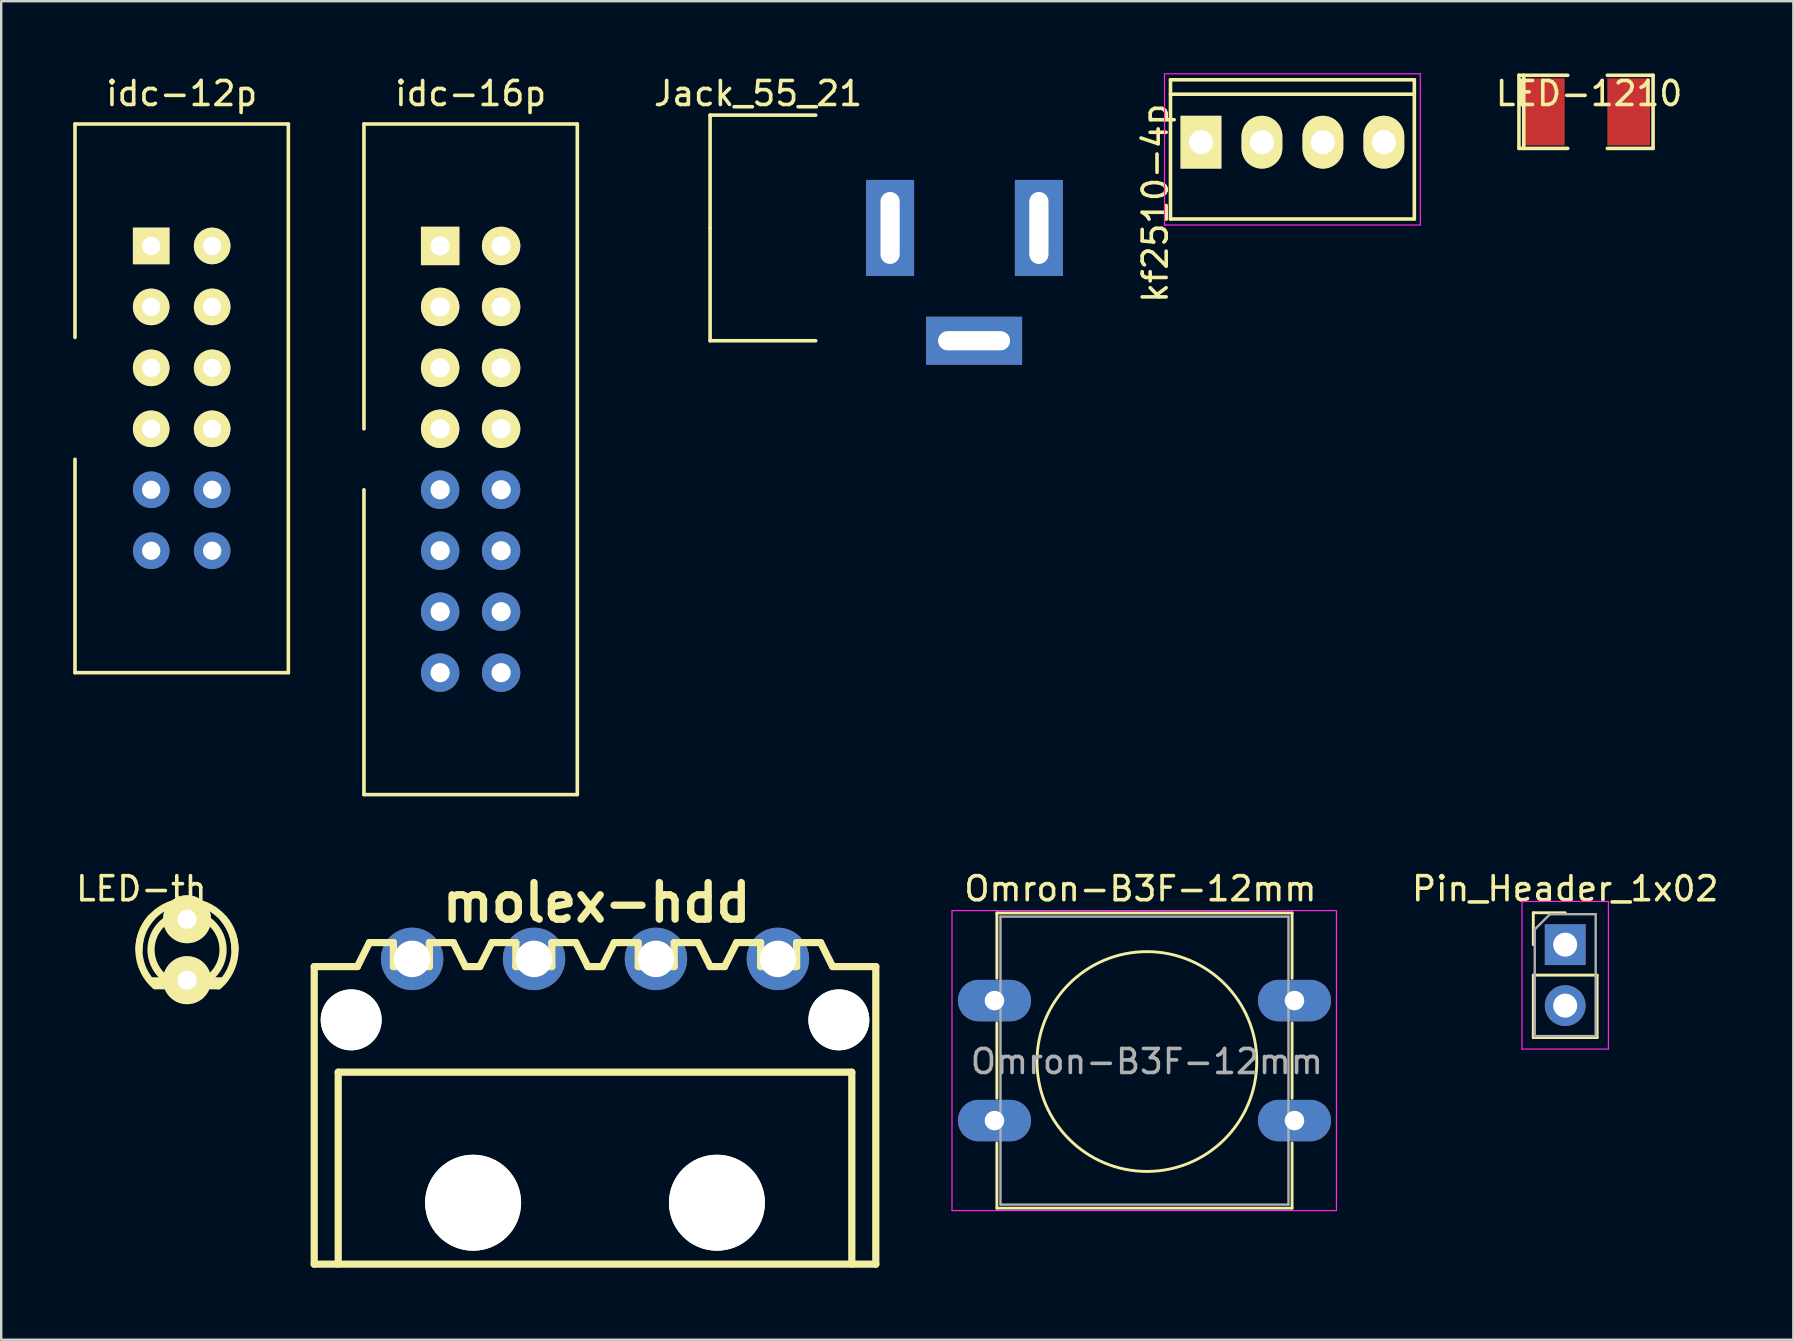
<source format=kicad_pcb>
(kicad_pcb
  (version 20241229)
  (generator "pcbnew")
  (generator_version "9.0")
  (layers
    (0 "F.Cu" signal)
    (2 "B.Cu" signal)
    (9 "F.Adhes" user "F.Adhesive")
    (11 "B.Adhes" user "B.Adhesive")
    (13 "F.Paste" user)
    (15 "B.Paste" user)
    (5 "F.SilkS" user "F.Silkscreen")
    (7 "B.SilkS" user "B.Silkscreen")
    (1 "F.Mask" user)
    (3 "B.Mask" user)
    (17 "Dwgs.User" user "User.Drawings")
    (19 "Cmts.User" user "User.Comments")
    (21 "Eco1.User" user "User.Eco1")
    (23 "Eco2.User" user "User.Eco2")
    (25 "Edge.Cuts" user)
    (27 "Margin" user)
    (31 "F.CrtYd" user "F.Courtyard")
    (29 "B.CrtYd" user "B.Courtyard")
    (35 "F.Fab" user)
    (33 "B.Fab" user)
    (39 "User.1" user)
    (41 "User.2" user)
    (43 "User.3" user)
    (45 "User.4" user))
  (footprint "kf2510-4p"
    (layer "F.Cu")
    (at 50.802 2.875)
    (property "Reference" "kf2510-4p" (at -5.715 2.54 90) (layer "F.SilkS") (effects (font (size 1 1) (thickness 0.15))))
    (attr through_hole)
    (fp_line (start -5.08 -2.6) (end 5.08 -2.6) (stroke (width 0.15) (type solid)) (layer "F.SilkS"))
    (fp_line (start -5.08 -2) (end 5.08 -2) (stroke (width 0.15) (type solid)) (layer "F.SilkS"))
    (fp_line (start -5.08 3.2) (end -5.08 -2.6) (stroke (width 0.15) (type solid)) (layer "F.SilkS"))
    (fp_line (start 5.08 -2.6) (end 5.08 3.2) (stroke (width 0.15) (type solid)) (layer "F.SilkS"))
    (fp_line (start 5.08 3.2) (end -5.08 3.2) (stroke (width 0.15) (type solid)) (layer "F.SilkS"))
    (fp_line (start -5.33 -2.85) (end 5.33 -2.85) (stroke (width 0.05) (type solid)) (layer "F.CrtYd"))
    (fp_line (start -5.33 3.45) (end -5.33 -2.85) (stroke (width 0.05) (type solid)) (layer "F.CrtYd"))
    (fp_line (start 5.33 -2.85) (end 5.33 3.45) (stroke (width 0.05) (type solid)) (layer "F.CrtYd"))
    (fp_line (start 5.33 3.45) (end -5.33 3.45) (stroke (width 0.05) (type solid)) (layer "F.CrtYd"))
    (pad "1" thru_hole rect (at -3.81 0) (size 1.7 2.2) (drill 1) (layers "*.Cu" "*.Mask" "F.SilkS"))
    (pad "2" thru_hole oval (at -1.27 0) (size 1.7 2.2) (drill 1) (layers "*.Cu" "*.Mask" "F.SilkS"))
    (pad "3" thru_hole oval (at 1.27 0) (size 1.7 2.2) (drill 1) (layers "*.Cu" "*.Mask" "F.SilkS"))
    (pad "4" thru_hole oval (at 3.81 0) (size 1.7 2.2) (drill 1) (layers "*.Cu" "*.Mask" "F.SilkS")))
  (footprint "Pin_Header_1x02"
    (layer "F.Cu")
    (at 62.169 36.312)
    (property "Reference" "Pin_Header_1x02" (at 0 -2.33 0) (layer "F.SilkS") (effects (font (size 1 1) (thickness 0.15))))
    (attr through_hole)
    (fp_line (start -1.33 -1.33) (end 0 -1.33) (stroke (width 0.12) (type solid)) (layer "F.SilkS"))
    (fp_line (start -1.33 0) (end -1.33 -1.33) (stroke (width 0.12) (type solid)) (layer "F.SilkS"))
    (fp_line (start -1.33 1.27) (end -1.33 3.87) (stroke (width 0.12) (type solid)) (layer "F.SilkS"))
    (fp_line (start -1.33 1.27) (end 1.33 1.27) (stroke (width 0.12) (type solid)) (layer "F.SilkS"))
    (fp_line (start -1.33 3.87) (end 1.33 3.87) (stroke (width 0.12) (type solid)) (layer "F.SilkS"))
    (fp_line (start 1.33 1.27) (end 1.33 3.87) (stroke (width 0.12) (type solid)) (layer "F.SilkS"))
    (fp_line (start -1.8 -1.8) (end -1.8 4.35) (stroke (width 0.05) (type solid)) (layer "F.CrtYd"))
    (fp_line (start -1.8 4.35) (end 1.8 4.35) (stroke (width 0.05) (type solid)) (layer "F.CrtYd"))
    (fp_line (start 1.8 -1.8) (end -1.8 -1.8) (stroke (width 0.05) (type solid)) (layer "F.CrtYd"))
    (fp_line (start 1.8 4.35) (end 1.8 -1.8) (stroke (width 0.05) (type solid)) (layer "F.CrtYd"))
    (fp_line (start -1.27 -0.635) (end -0.635 -1.27) (stroke (width 0.1) (type solid)) (layer "F.Fab"))
    (fp_line (start -1.27 3.81) (end -1.27 -0.635) (stroke (width 0.1) (type solid)) (layer "F.Fab"))
    (fp_line (start -0.635 -1.27) (end 1.27 -1.27) (stroke (width 0.1) (type solid)) (layer "F.Fab"))
    (fp_line (start 1.27 -1.27) (end 1.27 3.81) (stroke (width 0.1) (type solid)) (layer "F.Fab"))
    (fp_line (start 1.27 3.81) (end -1.27 3.81) (stroke (width 0.1) (type solid)) (layer "F.Fab"))
    (pad "1" thru_hole rect (at 0 0) (size 1.7 1.7) (drill 1) (layers "*.Cu" "*.Mask"))
    (pad "2" thru_hole oval (at 0 2.54) (size 1.7 1.7) (drill 1) (layers "*.Cu" "*.Mask")))
  (footprint "idc-16p"
    (layer "F.Cu")
    (at 15.29 7.198)
    (property "Reference" "idc-16p" (at 1.27 -6.35 0) (layer "F.SilkS") (effects (font (size 1 1) (thickness 0.15))))
    (attr through_hole)
    (fp_line (start -3.175 -5.08) (end -3.175 7.62) (stroke (width 0.15) (type solid)) (layer "F.SilkS"))
    (fp_line (start -3.175 22.86) (end -3.175 10.16) (stroke (width 0.15) (type solid)) (layer "F.SilkS"))
    (fp_line (start -3.175 22.86) (end 5.715 22.86) (stroke (width 0.15) (type solid)) (layer "F.SilkS"))
    (fp_line (start 5.715 -5.08) (end -3.175 -5.08) (stroke (width 0.15) (type solid)) (layer "F.SilkS"))
    (fp_line (start 5.715 22.86) (end 5.715 -5.08) (stroke (width 0.15) (type solid)) (layer "F.SilkS"))
    (pad "1" thru_hole rect (at 0 0) (size 1.6 1.6) (drill 0.8) (layers "*.Cu" "*.Mask" "F.SilkS"))
    (pad "2" thru_hole circle (at 2.54 0) (size 1.6 1.6) (drill 0.8) (layers "*.Cu" "*.Mask" "F.SilkS"))
    (pad "3" thru_hole circle (at 0 2.54) (size 1.6 1.6) (drill 0.8) (layers "*.Cu" "*.Mask" "F.SilkS"))
    (pad "4" thru_hole circle (at 2.54 2.54) (size 1.6 1.6) (drill 0.8) (layers "*.Cu" "*.Mask" "F.SilkS"))
    (pad "5" thru_hole circle (at 0 5.08) (size 1.6 1.6) (drill 0.8) (layers "*.Cu" "*.Mask" "F.SilkS"))
    (pad "6" thru_hole circle (at 2.54 5.08) (size 1.6 1.6) (drill 0.8) (layers "*.Cu" "*.Mask" "F.SilkS"))
    (pad "7" thru_hole circle (at 0 7.62) (size 1.6 1.6) (drill 0.8) (layers "*.Cu" "*.Mask" "F.SilkS"))
    (pad "8" thru_hole circle (at 2.54 7.62) (size 1.6 1.6) (drill 0.8) (layers "*.Cu" "*.Mask" "F.SilkS"))
    (pad "9" thru_hole circle (at 0 10.16) (size 1.6 1.6) (drill 0.8) (layers "*.Cu" "*.Mask"))
    (pad "10" thru_hole circle (at 2.54 10.16) (size 1.6 1.6) (drill 0.8) (layers "*.Cu" "*.Mask"))
    (pad "11" thru_hole circle (at 0 12.7) (size 1.6 1.6) (drill 0.8) (layers "*.Cu" "*.Mask"))
    (pad "12" thru_hole circle (at 2.54 12.7) (size 1.6 1.6) (drill 0.8) (layers "*.Cu" "*.Mask"))
    (pad "13" thru_hole circle (at 0 15.24) (size 1.6 1.6) (drill 0.8) (layers "*.Cu" "*.Mask"))
    (pad "14" thru_hole circle (at 2.54 15.24) (size 1.6 1.6) (drill 0.8) (layers "*.Cu" "*.Mask"))
    (pad "15" thru_hole circle (at 0 17.78) (size 1.6 1.6) (drill 0.8) (layers "*.Cu" "*.Mask"))
    (pad "16" thru_hole circle (at 2.54 17.78) (size 1.6 1.6) (drill 0.8) (layers "*.Cu" "*.Mask")))
  (footprint "LED-1210"
    (layer "F.Cu")
    (at 63.036 1.61)
    (property "Reference" "LED-1210" (at 0.127 -0.762 0) (layer "F.SilkS") (effects (font (size 1 1) (thickness 0.15))))
    (attr smd)
    (fp_line (start -2.794 -1.524) (end -2.794 1.524) (stroke (width 0.15) (type solid)) (layer "F.SilkS"))
    (fp_line (start -2.794 1.524) (end -0.762 1.524) (stroke (width 0.15) (type solid)) (layer "F.SilkS"))
    (fp_line (start -2.594 -1.524) (end -2.594 1.524) (stroke (width 0.15) (type solid)) (layer "F.SilkS"))
    (fp_line (start -0.762 -1.524) (end -2.794 -1.524) (stroke (width 0.15) (type solid)) (layer "F.SilkS"))
    (fp_line (start 0.889 1.524) (end 2.794 1.524) (stroke (width 0.15) (type solid)) (layer "F.SilkS"))
    (fp_line (start 2.794 -1.524) (end 0.889 -1.524) (stroke (width 0.15) (type solid)) (layer "F.SilkS"))
    (fp_line (start 2.794 1.524) (end 2.794 -1.524) (stroke (width 0.15) (type solid)) (layer "F.SilkS"))
    (pad "1" smd rect (at -1.778 0) (size 1.778 2.794) (layers "F.Cu" "F.Mask" "F.Paste"))
    (pad "2" smd rect (at 1.778 0) (size 1.778 2.794) (layers "F.Cu" "F.Mask" "F.Paste")))
  (footprint "Jack_55_21"
    (layer "F.Cu")
    (at 37.538 11.148)
    (property "Reference" "Jack_55_21" (at -9 -10.3 0) (layer "F.SilkS") (effects (font (size 1 1) (thickness 0.15))))
    (attr through_hole)
    (fp_line (start -11 -9.4) (end -6.6 -9.4) (stroke (width 0.15) (type solid)) (layer "F.SilkS"))
    (fp_line (start -11 -4.7) (end -11 -9.4) (stroke (width 0.15) (type solid)) (layer "F.SilkS"))
    (fp_line (start -11 0) (end -11 -4.7) (stroke (width 0.15) (type solid)) (layer "F.SilkS"))
    (fp_line (start -11 0) (end -6.6 0) (stroke (width 0.15) (type solid)) (layer "F.SilkS"))
    (pad "1" thru_hole rect (at 2.7 -4.7) (size 2 4) (drill oval 0.8 3) (layers "*.Cu" "*.Mask"))
    (pad "2" thru_hole rect (at 0 0) (size 4 2) (drill oval 3 0.8) (layers "*.Cu" "*.Mask"))
    (pad "3" thru_hole rect (at -3.5 -4.7) (size 2 4) (drill oval 0.8 3) (layers "*.Cu" "*.Mask")))
  (footprint "idc-12p"
    (layer "F.Cu")
    (at 3.25 7.198)
    (property "Reference" "idc-12p" (at 1.27 -6.35 0) (layer "F.SilkS") (effects (font (size 1 1) (thickness 0.15))))
    (attr through_hole)
    (fp_line (start -3.175 -5.08) (end -3.175 3.81) (stroke (width 0.15) (type solid)) (layer "F.SilkS"))
    (fp_line (start -3.175 17.78) (end -3.175 8.89) (stroke (width 0.15) (type solid)) (layer "F.SilkS"))
    (fp_line (start -3.175 17.78) (end 5.715 17.78) (stroke (width 0.15) (type solid)) (layer "F.SilkS"))
    (fp_line (start 5.715 -5.08) (end -3.175 -5.08) (stroke (width 0.15) (type solid)) (layer "F.SilkS"))
    (fp_line (start 5.715 17.78) (end 5.715 -5.08) (stroke (width 0.15) (type solid)) (layer "F.SilkS"))
    (pad "1" thru_hole rect (at 0 0) (size 1.524 1.524) (drill 0.762) (layers "*.Cu" "*.Mask" "F.SilkS"))
    (pad "2" thru_hole circle (at 2.54 0) (size 1.524 1.524) (drill 0.762) (layers "*.Cu" "*.Mask" "F.SilkS"))
    (pad "3" thru_hole circle (at 0 2.54) (size 1.524 1.524) (drill 0.762) (layers "*.Cu" "*.Mask" "F.SilkS"))
    (pad "4" thru_hole circle (at 2.54 2.54) (size 1.524 1.524) (drill 0.762) (layers "*.Cu" "*.Mask" "F.SilkS"))
    (pad "5" thru_hole circle (at 0 5.08) (size 1.524 1.524) (drill 0.762) (layers "*.Cu" "*.Mask" "F.SilkS"))
    (pad "6" thru_hole circle (at 2.54 5.08) (size 1.524 1.524) (drill 0.762) (layers "*.Cu" "*.Mask" "F.SilkS"))
    (pad "7" thru_hole circle (at 0 7.62) (size 1.524 1.524) (drill 0.762) (layers "*.Cu" "*.Mask" "F.SilkS"))
    (pad "8" thru_hole circle (at 2.54 7.62) (size 1.524 1.524) (drill 0.762) (layers "*.Cu" "*.Mask" "F.SilkS"))
    (pad "9" thru_hole circle (at 0 10.16) (size 1.524 1.524) (drill 0.762) (layers "*.Cu" "*.Mask"))
    (pad "10" thru_hole circle (at 2.54 10.16) (size 1.524 1.524) (drill 0.762) (layers "*.Cu" "*.Mask"))
    (pad "11" thru_hole circle (at 0 12.7) (size 1.524 1.524) (drill 0.762) (layers "*.Cu" "*.Mask"))
    (pad "12" thru_hole circle (at 2.54 12.7) (size 1.524 1.524) (drill 0.762) (layers "*.Cu" "*.Mask")))
  (footprint "LED-th"
    (layer "F.Cu")
    (at 4.744 36.522)
    (property "Reference" "LED-th" (at -1.905 -2.54 0) (layer "F.SilkS") (effects (font (size 1 1) (thickness 0.15))))
    (attr through_hole)
    (fp_line (start -1.501 1.3) (end 1.501 1.3) (stroke (width 0.3) (type solid)) (layer "F.SilkS"))
    (fp_line (start -1.3 1.501) (end 1.3 1.501) (stroke (width 0.3) (type solid)) (layer "F.SilkS"))
    (fp_arc (start -1.99898 0) (mid -1.413492 -1.413492) (end 0 -1.99898) (stroke (width 0.29972) (type solid)) (layer "F.SilkS"))
    (fp_arc (start -1.33096 1.50114) (mid -2.002597 0.120335) (end -1.50114 -1.33096) (stroke (width 0.29972) (type solid)) (layer "F.SilkS"))
    (fp_arc (start 0 -1.99898) (mid 1.413492 -1.413492) (end 1.99898 0) (stroke (width 0.29972) (type solid)) (layer "F.SilkS"))
    (fp_arc (start 1.50876 -1.31064) (mid 1.993617 0.140092) (end 1.31064 1.50876) (stroke (width 0.29972) (type solid)) (layer "F.SilkS"))
    (fp_circle (center 0 0) (end -1.501 0) (stroke (width 0.3) (type solid)) (fill no) (layer "F.SilkS"))
    (pad "1" thru_hole circle (at 0 -1.27) (size 1.999 1.999) (drill 0.8) (layers "*.Cu" "*.Mask" "F.SilkS"))
    (pad "2" thru_hole circle (at 0 1.27) (size 1.999 1.999) (drill 0.8) (layers "*.Cu" "*.Mask" "F.SilkS")))
  (footprint "molex-hdd"
    (layer "F.Cu")
    (at 21.743 42.925)
    (property "Reference" "molex-hdd" (at 0.07 -8.365 0) (layer "F.SilkS") (effects (font (size 1.524 1.524) (thickness 0.305))))
    (attr through_hole)
    (fp_line (start -11.7 -5.7) (end -11.7 6.7) (stroke (width 0.3) (type solid)) (layer "F.SilkS"))
    (fp_line (start -11.7 6.7) (end 11.7 6.7) (stroke (width 0.3) (type solid)) (layer "F.SilkS"))
    (fp_line (start -10.7 -1.3) (end -10.7 6.7) (stroke (width 0.3) (type solid)) (layer "F.SilkS"))
    (fp_line (start -10.7 -1.3) (end 10.7 -1.3) (stroke (width 0.3) (type solid)) (layer "F.SilkS"))
    (fp_line (start -9.9 -5.7) (end -11.7 -5.7) (stroke (width 0.3) (type solid)) (layer "F.SilkS"))
    (fp_line (start -9.4 -6.7) (end -9.9 -5.7) (stroke (width 0.3) (type solid)) (layer "F.SilkS"))
    (fp_line (start -8.4 -6.7) (end -9.4 -6.7) (stroke (width 0.3) (type solid)) (layer "F.SilkS"))
    (fp_line (start -8.4 -5.7) (end -8.4 -6.7) (stroke (width 0.3) (type solid)) (layer "F.SilkS"))
    (fp_line (start -6.9 -6.7) (end -5.9 -6.7) (stroke (width 0.3) (type solid)) (layer "F.SilkS"))
    (fp_line (start -6.9 -5.7) (end -8.4 -5.7) (stroke (width 0.3) (type solid)) (layer "F.SilkS"))
    (fp_line (start -6.9 -5.7) (end -6.9 -6.7) (stroke (width 0.3) (type solid)) (layer "F.SilkS"))
    (fp_line (start -5.9 -6.7) (end -5.4 -5.7) (stroke (width 0.3) (type solid)) (layer "F.SilkS"))
    (fp_line (start -4.8 -5.7) (end -5.4 -5.7) (stroke (width 0.3) (type solid)) (layer "F.SilkS"))
    (fp_line (start -4.3 -6.7) (end -4.8 -5.7) (stroke (width 0.3) (type solid)) (layer "F.SilkS"))
    (fp_line (start -3.3 -6.7) (end -4.3 -6.7) (stroke (width 0.3) (type solid)) (layer "F.SilkS"))
    (fp_line (start -3.3 -5.7) (end -3.3 -6.7) (stroke (width 0.3) (type solid)) (layer "F.SilkS"))
    (fp_line (start -1.8 -6.7) (end -0.8 -6.7) (stroke (width 0.3) (type solid)) (layer "F.SilkS"))
    (fp_line (start -1.8 -5.7) (end -3.3 -5.7) (stroke (width 0.3) (type solid)) (layer "F.SilkS"))
    (fp_line (start -1.8 -5.7) (end -1.8 -6.7) (stroke (width 0.3) (type solid)) (layer "F.SilkS"))
    (fp_line (start -0.8 -6.7) (end -0.3 -5.7) (stroke (width 0.3) (type solid)) (layer "F.SilkS"))
    (fp_line (start 0.3 -5.7) (end -0.3 -5.7) (stroke (width 0.3) (type solid)) (layer "F.SilkS"))
    (fp_line (start 0.8 -6.7) (end 0.3 -5.7) (stroke (width 0.3) (type solid)) (layer "F.SilkS"))
    (fp_line (start 1.8 -6.7) (end 0.8 -6.7) (stroke (width 0.3) (type solid)) (layer "F.SilkS"))
    (fp_line (start 1.8 -5.7) (end 1.8 -6.7) (stroke (width 0.3) (type solid)) (layer "F.SilkS"))
    (fp_line (start 3.3 -6.7) (end 4.3 -6.7) (stroke (width 0.3) (type solid)) (layer "F.SilkS"))
    (fp_line (start 3.3 -5.7) (end 1.8 -5.7) (stroke (width 0.3) (type solid)) (layer "F.SilkS"))
    (fp_line (start 3.3 -5.7) (end 3.3 -6.7) (stroke (width 0.3) (type solid)) (layer "F.SilkS"))
    (fp_line (start 4.3 -6.7) (end 4.8 -5.7) (stroke (width 0.3) (type solid)) (layer "F.SilkS"))
    (fp_line (start 5.4 -5.7) (end 4.8 -5.7) (stroke (width 0.3) (type solid)) (layer "F.SilkS"))
    (fp_line (start 5.9 -6.7) (end 5.4 -5.7) (stroke (width 0.3) (type solid)) (layer "F.SilkS"))
    (fp_line (start 6.9 -6.7) (end 5.9 -6.7) (stroke (width 0.3) (type solid)) (layer "F.SilkS"))
    (fp_line (start 6.9 -5.7) (end 6.9 -6.7) (stroke (width 0.3) (type solid)) (layer "F.SilkS"))
    (fp_line (start 8.4 -6.7) (end 9.4 -6.7) (stroke (width 0.3) (type solid)) (layer "F.SilkS"))
    (fp_line (start 8.4 -5.7) (end 6.9 -5.7) (stroke (width 0.3) (type solid)) (layer "F.SilkS"))
    (fp_line (start 8.4 -5.7) (end 8.4 -6.7) (stroke (width 0.3) (type solid)) (layer "F.SilkS"))
    (fp_line (start 9.4 -6.7) (end 9.9 -5.7) (stroke (width 0.3) (type solid)) (layer "F.SilkS"))
    (fp_line (start 10.7 -1.3) (end 10.7 6.7) (stroke (width 0.3) (type solid)) (layer "F.SilkS"))
    (fp_line (start 11.7 -5.7) (end 9.9 -5.7) (stroke (width 0.3) (type solid)) (layer "F.SilkS"))
    (fp_line (start 11.7 -5.7) (end 11.7 6.7) (stroke (width 0.3) (type solid)) (layer "F.SilkS"))
    (pad "" np_thru_hole circle (at -10.16 -3.48) (size 2.54 2.54) (drill 2.54) (layers "*.Cu" "*.Mask" "F.SilkS"))
    (pad "" np_thru_hole circle (at -5.08 4.14) (size 4 4) (drill 4) (layers "*.Cu" "*.Mask" "F.SilkS"))
    (pad "" np_thru_hole circle (at 5.08 4.14) (size 4 4) (drill 4) (layers "*.Cu" "*.Mask" "F.SilkS"))
    (pad "" np_thru_hole circle (at 10.16 -3.48) (size 2.54 2.54) (drill 2.54) (layers "*.Cu" "*.Mask" "F.SilkS"))
    (pad "1" thru_hole circle (at -7.62 -6.02) (size 2.6 2.6) (drill 1.52) (layers "*.Cu" "*.Mask"))
    (pad "2" thru_hole circle (at -2.54 -6.02) (size 2.6 2.6) (drill 1.52) (layers "*.Cu" "*.Mask"))
    (pad "3" thru_hole circle (at 2.54 -6.02) (size 2.6 2.6) (drill 1.52) (layers "*.Cu" "*.Mask"))
    (pad "4" thru_hole circle (at 7.62 -6.02) (size 2.6 2.6) (drill 1.52) (layers "*.Cu" "*.Mask")))
  (footprint "Omron-B3F-12mm"
    (layer "F.Cu")
    (at 38.388 38.642)
    (property "Reference" "Omron-B3F-12mm" (at 6.08 -4.66 0) (layer "F.SilkS") (effects (font (size 1 1) (thickness 0.15))))
    (attr through_hole)
    (fp_line (start 0.1 -3.65) (end 12.4 -3.65) (stroke (width 0.12) (type solid)) (layer "F.SilkS"))
    (fp_line (start 0.1 -0.93) (end 0.1 -3.65) (stroke (width 0.12) (type solid)) (layer "F.SilkS"))
    (fp_line (start 0.1 4.07) (end 0.1 0.93) (stroke (width 0.12) (type solid)) (layer "F.SilkS"))
    (fp_line (start 0.1 8.65) (end 0.1 5.93) (stroke (width 0.12) (type solid)) (layer "F.SilkS"))
    (fp_line (start 12.4 -3.65) (end 12.4 -0.93) (stroke (width 0.12) (type solid)) (layer "F.SilkS"))
    (fp_line (start 12.4 0.93) (end 12.4 4.07) (stroke (width 0.12) (type solid)) (layer "F.SilkS"))
    (fp_line (start 12.4 5.93) (end 12.4 8.65) (stroke (width 0.12) (type solid)) (layer "F.SilkS"))
    (fp_line (start 12.4 8.65) (end 0.1 8.65) (stroke (width 0.12) (type solid)) (layer "F.SilkS"))
    (fp_circle (center 6.35 2.54) (end 10.16 5.08) (stroke (width 0.12) (type solid)) (fill no) (layer "F.SilkS"))
    (fp_line (start -1.77 -3.75) (end -1.77 8.75) (stroke (width 0.05) (type solid)) (layer "F.CrtYd"))
    (fp_line (start -1.77 -3.75) (end 14.25 -3.75) (stroke (width 0.05) (type solid)) (layer "F.CrtYd"))
    (fp_line (start 14.25 8.75) (end -1.77 8.75) (stroke (width 0.05) (type solid)) (layer "F.CrtYd"))
    (fp_line (start 14.25 8.75) (end 14.25 -3.75) (stroke (width 0.05) (type solid)) (layer "F.CrtYd"))
    (fp_line (start 0.25 -3.5) (end 0.25 8.5) (stroke (width 0.1) (type solid)) (layer "F.Fab"))
    (fp_line (start 0.25 -3.5) (end 12.25 -3.5) (stroke (width 0.1) (type solid)) (layer "F.Fab"))
    (fp_line (start 0.25 8.5) (end 12.25 8.5) (stroke (width 0.1) (type solid)) (layer "F.Fab"))
    (fp_line (start 12.25 -3.5) (end 12.25 8.5) (stroke (width 0.1) (type solid)) (layer "F.Fab"))
    (fp_text user "${REFERENCE}" (at 6.35 2.54 0) (layer "F.Fab") (effects (font (size 1 1) (thickness 0.15))))
    (pad "1" thru_hole oval (at 0 0) (size 3.048 1.727) (drill 0.813) (layers "*.Cu" "*.Mask"))
    (pad "1" thru_hole oval (at 12.5 0) (size 3.048 1.727) (drill 0.813) (layers "*.Cu" "*.Mask"))
    (pad "2" thru_hole oval (at 0 5) (size 3.048 1.727) (drill 0.813) (layers "*.Cu" "*.Mask"))
    (pad "2" thru_hole oval (at 12.5 5) (size 3.048 1.727) (drill 0.813) (layers "*.Cu" "*.Mask")))
  (gr_rect
    (start -3 -3)
    (end 71.675 52.775)
    (stroke (width 0.1) (type default))
    (fill no)
    (layer "Edge.Cuts")))
</source>
